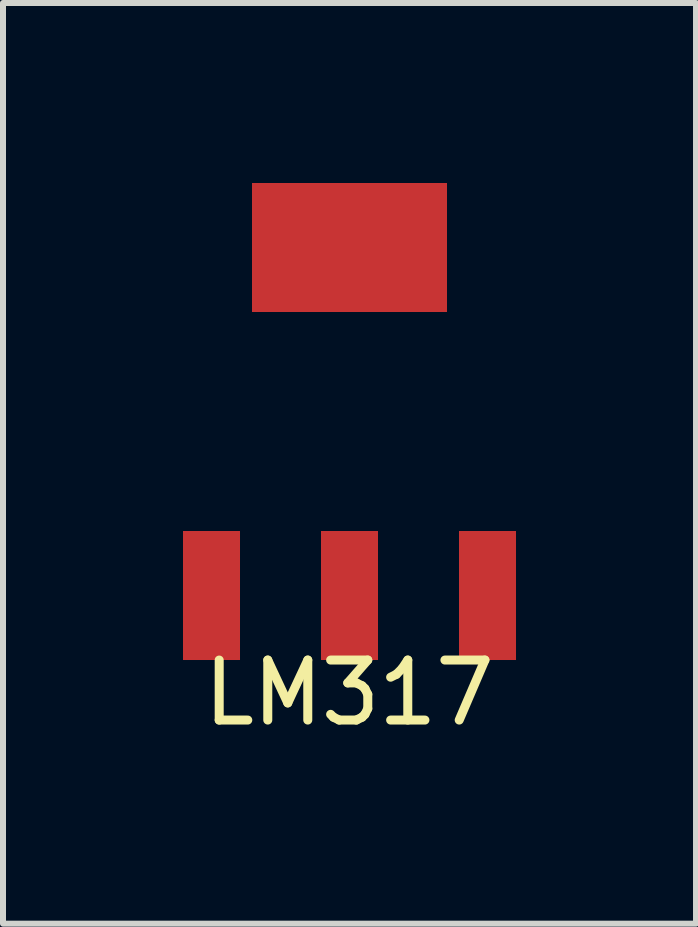
<source format=kicad_pcb>
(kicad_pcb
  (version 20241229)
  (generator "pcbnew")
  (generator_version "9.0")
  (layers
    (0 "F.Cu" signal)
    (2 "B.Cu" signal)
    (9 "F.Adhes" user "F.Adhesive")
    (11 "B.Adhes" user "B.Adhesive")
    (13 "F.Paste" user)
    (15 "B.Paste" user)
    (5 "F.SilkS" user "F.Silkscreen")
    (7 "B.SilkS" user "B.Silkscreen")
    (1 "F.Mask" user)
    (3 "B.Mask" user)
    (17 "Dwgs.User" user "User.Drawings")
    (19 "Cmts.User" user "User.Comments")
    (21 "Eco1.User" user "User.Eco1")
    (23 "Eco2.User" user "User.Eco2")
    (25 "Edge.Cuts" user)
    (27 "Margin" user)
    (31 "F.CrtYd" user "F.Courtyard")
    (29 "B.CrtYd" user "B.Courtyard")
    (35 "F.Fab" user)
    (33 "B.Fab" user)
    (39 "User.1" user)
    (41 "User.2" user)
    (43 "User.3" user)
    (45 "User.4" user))
  (footprint "LM317"
    (layer "F.Cu")
    (at 2.775 3.975)
    (property "Reference" "LM317" (at -0.005 4.521 0) (layer "F.SilkS") (effects (font (size 1 1) (thickness 0.15))))
    (attr through_hole)
    (pad "1" smd rect (at -2.3 2.9) (size 0.95 2.15) (layers "F.Cu" "F.Mask" "F.Paste"))
    (pad "2" smd rect (at 0 2.9) (size 0.95 2.15) (layers "F.Cu" "F.Mask" "F.Paste"))
    (pad "3" smd rect (at 2.3 2.9) (size 0.95 2.15) (layers "F.Cu" "F.Mask" "F.Paste"))
    (pad "4" smd rect (at 0 -2.9) (size 3.25 2.15) (layers "F.Cu" "F.Mask" "F.Paste")))
  (gr_rect
    (start -3 -3)
    (end 8.55 12.344)
    (stroke (width 0.1) (type default))
    (fill no)
    (layer "Edge.Cuts")))
</source>
